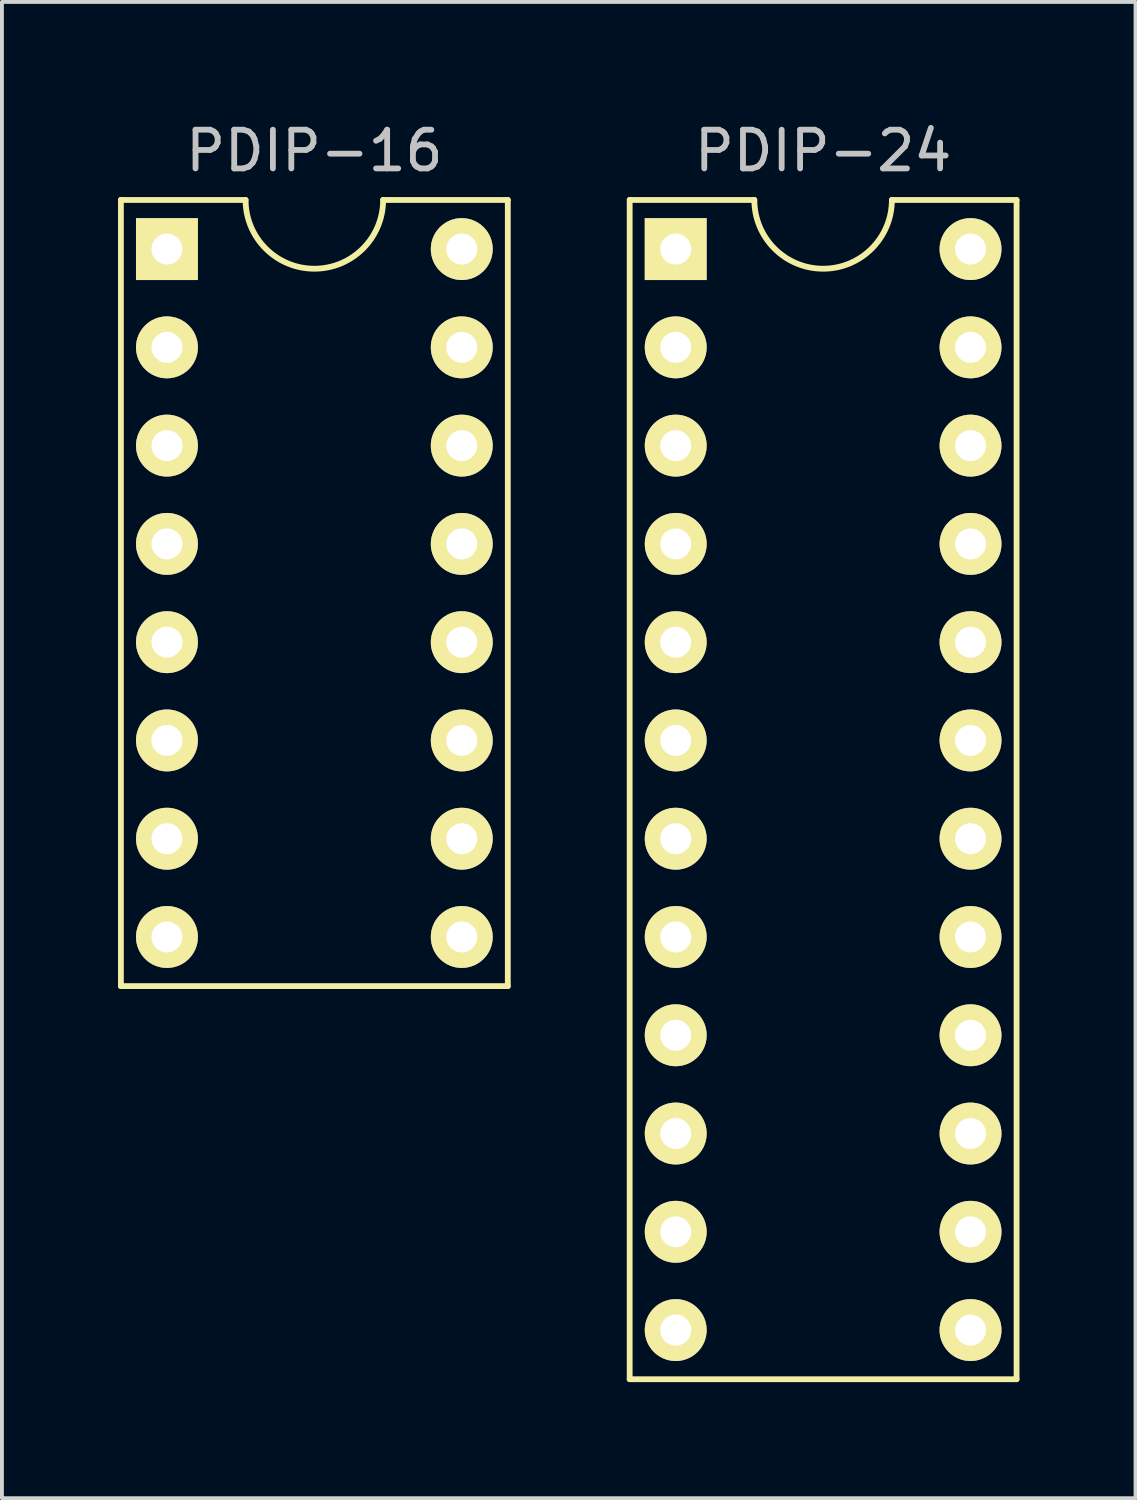
<source format=kicad_pcb>
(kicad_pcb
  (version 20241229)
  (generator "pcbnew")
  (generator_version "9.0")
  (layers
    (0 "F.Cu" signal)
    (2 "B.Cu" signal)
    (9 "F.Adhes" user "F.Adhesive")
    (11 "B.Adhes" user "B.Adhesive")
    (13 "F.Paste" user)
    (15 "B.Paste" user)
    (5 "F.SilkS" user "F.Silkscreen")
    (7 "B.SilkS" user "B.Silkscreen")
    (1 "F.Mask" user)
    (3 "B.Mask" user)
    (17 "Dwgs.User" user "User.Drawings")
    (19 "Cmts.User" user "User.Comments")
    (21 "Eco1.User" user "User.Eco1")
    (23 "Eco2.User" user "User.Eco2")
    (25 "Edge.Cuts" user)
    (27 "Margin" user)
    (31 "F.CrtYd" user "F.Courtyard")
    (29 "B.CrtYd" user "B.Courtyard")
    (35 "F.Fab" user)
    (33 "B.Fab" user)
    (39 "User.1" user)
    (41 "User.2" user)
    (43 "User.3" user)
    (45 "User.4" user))
  (footprint "PDIP-16"
    (layer "F.Cu")
    (at 5.075 12.278)
    (property "Reference" "PDIP-16" (at 0 -11.43 0) (layer "Dwgs.User") (effects (font (size 1 1) (thickness 0.15))))
    (attr through_hole)
    (fp_line (start -5 -10.16) (end -5 10.16) (stroke (width 0.15) (type solid)) (layer "F.SilkS"))
    (fp_line (start -5 10.16) (end 5 10.16) (stroke (width 0.15) (type solid)) (layer "F.SilkS"))
    (fp_line (start -1.778 -10.16) (end -5 -10.16) (stroke (width 0.15) (type solid)) (layer "F.SilkS"))
    (fp_line (start 5 -10.16) (end 1.778 -10.16) (stroke (width 0.15) (type solid)) (layer "F.SilkS"))
    (fp_line (start 5 10.16) (end 5 -10.16) (stroke (width 0.15) (type solid)) (layer "F.SilkS"))
    (fp_arc (start 1.7775 -10.16) (mid 0 -8.3825) (end -1.7775 -10.16) (stroke (width 0.15) (type solid)) (layer "F.SilkS"))
    (pad "1" thru_hole rect (at -3.81 -8.89) (size 1.6 1.6) (drill 0.8) (layers "*.Cu" "*.Mask" "F.SilkS"))
    (pad "2" thru_hole circle (at -3.81 -6.35) (size 1.6 1.6) (drill 0.8) (layers "*.Cu" "*.Mask" "F.SilkS"))
    (pad "3" thru_hole circle (at -3.81 -3.81) (size 1.6 1.6) (drill 0.8) (layers "*.Cu" "*.Mask" "F.SilkS"))
    (pad "4" thru_hole circle (at -3.81 -1.27) (size 1.6 1.6) (drill 0.8) (layers "*.Cu" "*.Mask" "F.SilkS"))
    (pad "5" thru_hole circle (at -3.81 1.27) (size 1.6 1.6) (drill 0.8) (layers "*.Cu" "*.Mask" "F.SilkS"))
    (pad "6" thru_hole circle (at -3.81 3.81) (size 1.6 1.6) (drill 0.8) (layers "*.Cu" "*.Mask" "F.SilkS"))
    (pad "7" thru_hole circle (at -3.81 6.35) (size 1.6 1.6) (drill 0.8) (layers "*.Cu" "*.Mask" "F.SilkS"))
    (pad "8" thru_hole circle (at -3.81 8.89) (size 1.6 1.6) (drill 0.8) (layers "*.Cu" "*.Mask" "F.SilkS"))
    (pad "9" thru_hole circle (at 3.81 8.89) (size 1.6 1.6) (drill 0.8) (layers "*.Cu" "*.Mask" "F.SilkS"))
    (pad "10" thru_hole circle (at 3.81 6.35) (size 1.6 1.6) (drill 0.8) (layers "*.Cu" "*.Mask" "F.SilkS"))
    (pad "11" thru_hole circle (at 3.81 3.81) (size 1.6 1.6) (drill 0.8) (layers "*.Cu" "*.Mask" "F.SilkS"))
    (pad "12" thru_hole circle (at 3.81 1.27) (size 1.6 1.6) (drill 0.8) (layers "*.Cu" "*.Mask" "F.SilkS"))
    (pad "13" thru_hole circle (at 3.81 -1.27) (size 1.6 1.6) (drill 0.8) (layers "*.Cu" "*.Mask" "F.SilkS"))
    (pad "14" thru_hole circle (at 3.81 -3.81) (size 1.6 1.6) (drill 0.8) (layers "*.Cu" "*.Mask" "F.SilkS"))
    (pad "15" thru_hole circle (at 3.81 -6.35) (size 1.6 1.6) (drill 0.8) (layers "*.Cu" "*.Mask" "F.SilkS"))
    (pad "16" thru_hole circle (at 3.81 -8.89) (size 1.6 1.6) (drill 0.8) (layers "*.Cu" "*.Mask" "F.SilkS")))
  (footprint "PDIP-24"
    (layer "F.Cu")
    (at 18.225 17.358)
    (property "Reference" "PDIP-24" (at 0 -16.51 0) (layer "Dwgs.User") (effects (font (size 1 1) (thickness 0.15))))
    (attr through_hole)
    (fp_line (start -5 -15.24) (end -5 15.24) (stroke (width 0.15) (type solid)) (layer "F.SilkS"))
    (fp_line (start -5 15.24) (end 5 15.24) (stroke (width 0.15) (type solid)) (layer "F.SilkS"))
    (fp_line (start -1.778 -15.24) (end -5 -15.24) (stroke (width 0.15) (type solid)) (layer "F.SilkS"))
    (fp_line (start 5 -15.24) (end 1.778 -15.24) (stroke (width 0.15) (type solid)) (layer "F.SilkS"))
    (fp_line (start 5 15.24) (end 5 -15.24) (stroke (width 0.15) (type solid)) (layer "F.SilkS"))
    (fp_arc (start 1.7775 -15.24) (mid 0 -13.4625) (end -1.7775 -15.24) (stroke (width 0.15) (type solid)) (layer "F.SilkS"))
    (pad "1" thru_hole rect (at -3.81 -13.97) (size 1.6 1.6) (drill 0.8) (layers "*.Cu" "*.Mask" "F.SilkS"))
    (pad "2" thru_hole circle (at -3.81 -11.43) (size 1.6 1.6) (drill 0.8) (layers "*.Cu" "*.Mask" "F.SilkS"))
    (pad "3" thru_hole circle (at -3.81 -8.89) (size 1.6 1.6) (drill 0.8) (layers "*.Cu" "*.Mask" "F.SilkS"))
    (pad "4" thru_hole circle (at -3.81 -6.35) (size 1.6 1.6) (drill 0.8) (layers "*.Cu" "*.Mask" "F.SilkS"))
    (pad "5" thru_hole circle (at -3.81 -3.81) (size 1.6 1.6) (drill 0.8) (layers "*.Cu" "*.Mask" "F.SilkS"))
    (pad "6" thru_hole circle (at -3.81 -1.27) (size 1.6 1.6) (drill 0.8) (layers "*.Cu" "*.Mask" "F.SilkS"))
    (pad "7" thru_hole circle (at -3.81 1.27) (size 1.6 1.6) (drill 0.8) (layers "*.Cu" "*.Mask" "F.SilkS"))
    (pad "8" thru_hole circle (at -3.81 3.81) (size 1.6 1.6) (drill 0.8) (layers "*.Cu" "*.Mask" "F.SilkS"))
    (pad "9" thru_hole circle (at -3.81 6.35) (size 1.6 1.6) (drill 0.8) (layers "*.Cu" "*.Mask" "F.SilkS"))
    (pad "10" thru_hole circle (at -3.81 8.89) (size 1.6 1.6) (drill 0.8) (layers "*.Cu" "*.Mask" "F.SilkS"))
    (pad "11" thru_hole circle (at -3.81 11.43) (size 1.6 1.6) (drill 0.8) (layers "*.Cu" "*.Mask" "F.SilkS"))
    (pad "12" thru_hole circle (at -3.81 13.97) (size 1.6 1.6) (drill 0.8) (layers "*.Cu" "*.Mask" "F.SilkS"))
    (pad "13" thru_hole circle (at 3.81 13.97) (size 1.6 1.6) (drill 0.8) (layers "*.Cu" "*.Mask" "F.SilkS"))
    (pad "14" thru_hole circle (at 3.81 11.43) (size 1.6 1.6) (drill 0.8) (layers "*.Cu" "*.Mask" "F.SilkS"))
    (pad "15" thru_hole circle (at 3.81 8.89) (size 1.6 1.6) (drill 0.8) (layers "*.Cu" "*.Mask" "F.SilkS"))
    (pad "16" thru_hole circle (at 3.81 6.35) (size 1.6 1.6) (drill 0.8) (layers "*.Cu" "*.Mask" "F.SilkS"))
    (pad "17" thru_hole circle (at 3.81 3.81) (size 1.6 1.6) (drill 0.8) (layers "*.Cu" "*.Mask" "F.SilkS"))
    (pad "18" thru_hole circle (at 3.81 1.27) (size 1.6 1.6) (drill 0.8) (layers "*.Cu" "*.Mask" "F.SilkS"))
    (pad "19" thru_hole circle (at 3.81 -1.27) (size 1.6 1.6) (drill 0.8) (layers "*.Cu" "*.Mask" "F.SilkS"))
    (pad "20" thru_hole circle (at 3.81 -3.81) (size 1.6 1.6) (drill 0.8) (layers "*.Cu" "*.Mask" "F.SilkS"))
    (pad "21" thru_hole circle (at 3.81 -6.35) (size 1.6 1.6) (drill 0.8) (layers "*.Cu" "*.Mask" "F.SilkS"))
    (pad "22" thru_hole circle (at 3.81 -8.89) (size 1.6 1.6) (drill 0.8) (layers "*.Cu" "*.Mask" "F.SilkS"))
    (pad "23" thru_hole circle (at 3.81 -11.43) (size 1.6 1.6) (drill 0.8) (layers "*.Cu" "*.Mask" "F.SilkS"))
    (pad "24" thru_hole circle (at 3.81 -13.97) (size 1.6 1.6) (drill 0.8) (layers "*.Cu" "*.Mask" "F.SilkS")))
  (gr_rect
    (start -3 -3)
    (end 26.3 35.673)
    (stroke (width 0.1) (type default))
    (fill no)
    (layer "Edge.Cuts")))
</source>
